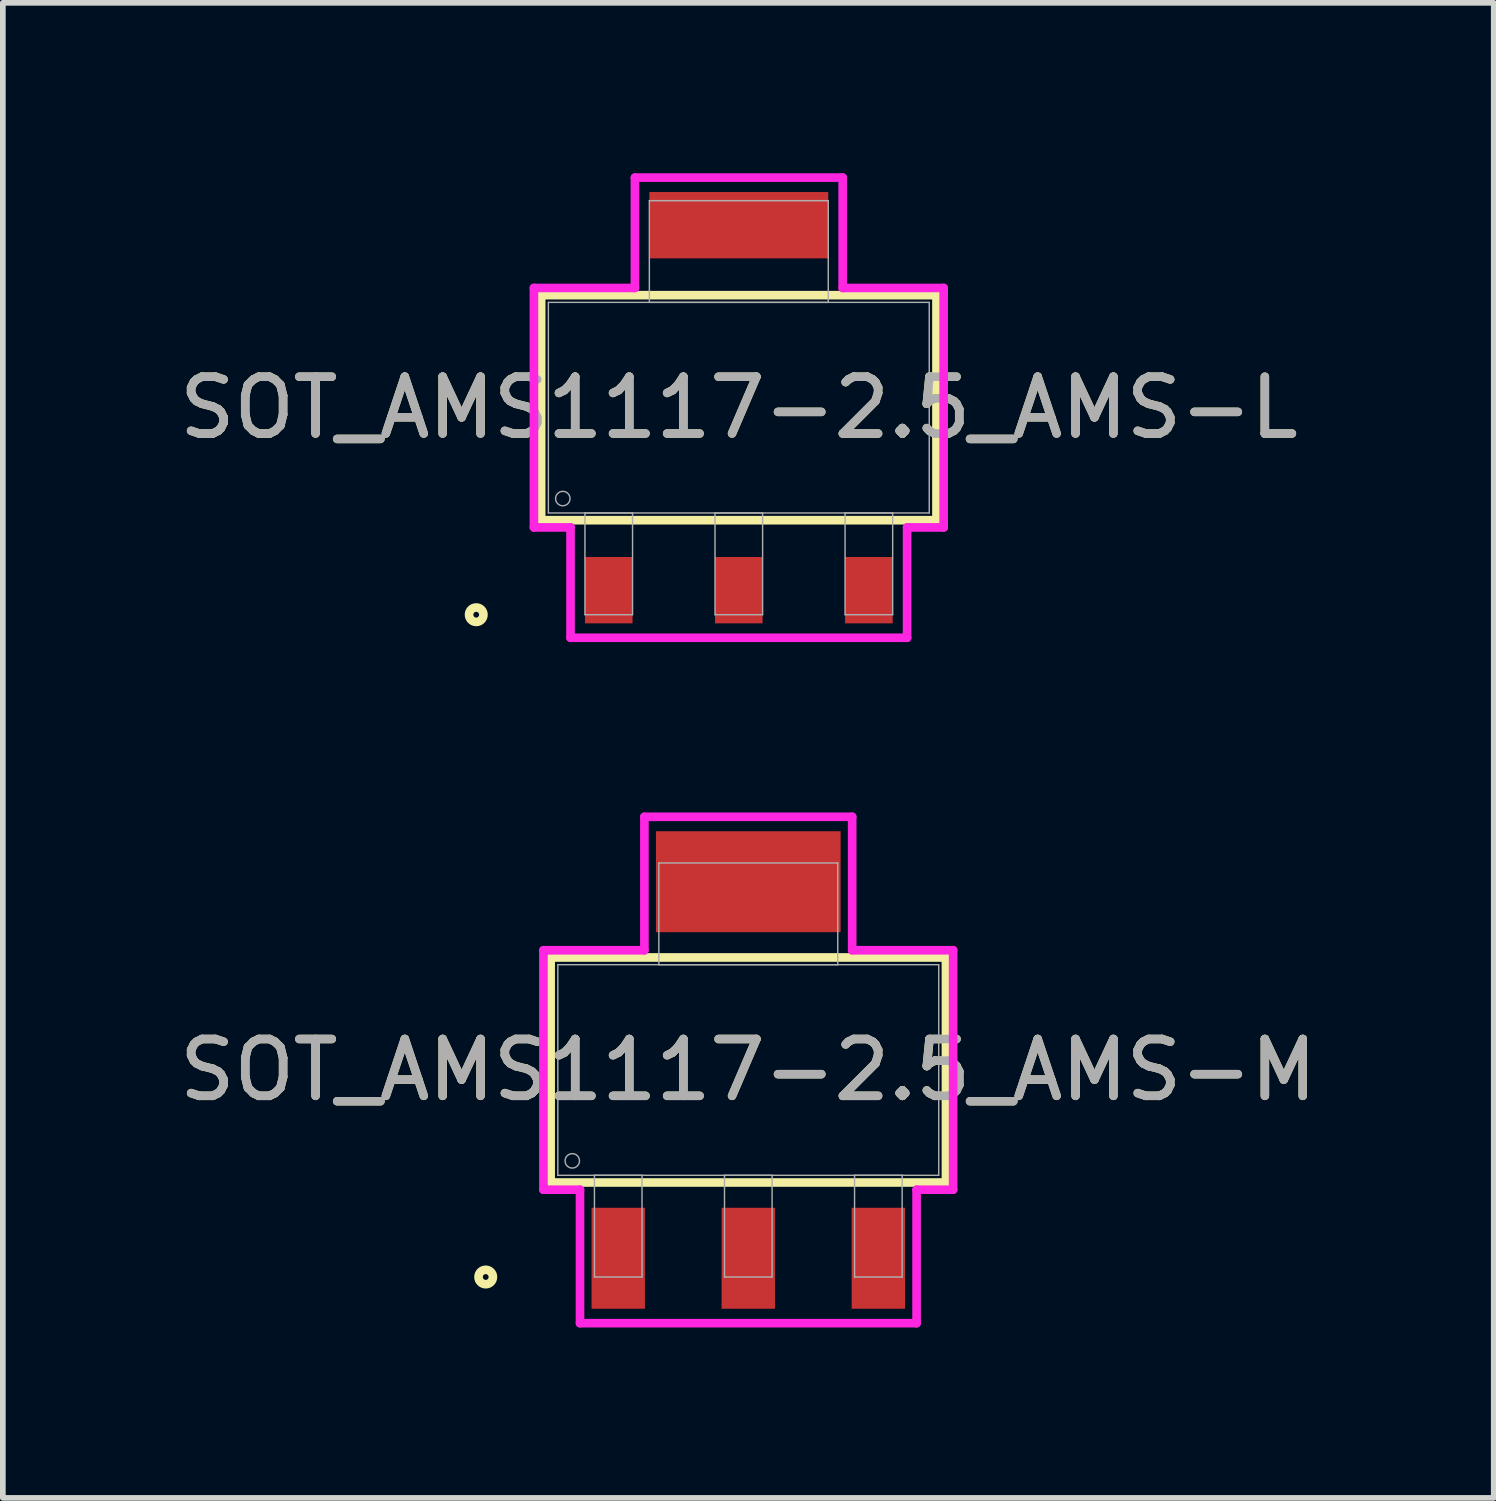
<source format=kicad_pcb>
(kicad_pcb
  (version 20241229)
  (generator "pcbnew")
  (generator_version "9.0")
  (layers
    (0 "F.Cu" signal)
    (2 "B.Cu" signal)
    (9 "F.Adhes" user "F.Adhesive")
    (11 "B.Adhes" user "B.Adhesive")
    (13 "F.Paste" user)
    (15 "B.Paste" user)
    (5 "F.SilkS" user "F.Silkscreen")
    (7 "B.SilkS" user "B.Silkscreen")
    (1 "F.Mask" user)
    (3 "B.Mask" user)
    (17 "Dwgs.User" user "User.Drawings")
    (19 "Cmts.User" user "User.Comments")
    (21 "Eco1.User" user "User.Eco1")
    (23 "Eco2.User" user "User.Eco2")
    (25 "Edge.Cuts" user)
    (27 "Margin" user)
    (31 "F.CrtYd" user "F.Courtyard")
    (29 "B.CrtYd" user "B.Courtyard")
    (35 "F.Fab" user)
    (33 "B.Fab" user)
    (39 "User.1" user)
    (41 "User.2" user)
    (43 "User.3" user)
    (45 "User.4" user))
  (footprint "SOT_AMS1117-2.5_AMS-L"
    (layer "F.Cu")
    (at 9.958 4.128)
    (property "Reference" "SOT_AMS1117-2.5_AMS-L" (at 0 0 0) (unlocked yes) (layer "F.SilkS") (effects (font (size 1 1) (thickness 0.15))))
    (attr smd)
    (fp_line (start -3.48 -1.981) (end -3.48 1.981) (stroke (width 0.152) (type solid)) (layer "F.SilkS"))
    (fp_line (start -3.48 1.981) (end 3.48 1.981) (stroke (width 0.152) (type solid)) (layer "F.SilkS"))
    (fp_line (start 3.48 -1.981) (end -3.48 -1.981) (stroke (width 0.152) (type solid)) (layer "F.SilkS"))
    (fp_line (start 3.48 1.981) (end 3.48 -1.981) (stroke (width 0.152) (type solid)) (layer "F.SilkS"))
    (fp_circle (center -4.623 3.645) (end -4.496 3.645) (stroke (width 0.152) (type solid)) (fill no) (layer "F.SilkS"))
    (fp_line (start -3.607 -2.108) (end -1.829 -2.108) (stroke (width 0.152) (type solid)) (layer "F.CrtYd"))
    (fp_line (start -3.607 2.108) (end -3.607 -2.108) (stroke (width 0.152) (type solid)) (layer "F.CrtYd"))
    (fp_line (start -2.963 2.108) (end -3.607 2.108) (stroke (width 0.152) (type solid)) (layer "F.CrtYd"))
    (fp_line (start -2.963 4.051) (end -2.963 2.108) (stroke (width 0.152) (type solid)) (layer "F.CrtYd"))
    (fp_line (start -1.829 -4.051) (end 1.829 -4.051) (stroke (width 0.152) (type solid)) (layer "F.CrtYd"))
    (fp_line (start -1.829 -2.108) (end -1.829 -4.051) (stroke (width 0.152) (type solid)) (layer "F.CrtYd"))
    (fp_line (start 1.829 -4.051) (end 1.829 -2.108) (stroke (width 0.152) (type solid)) (layer "F.CrtYd"))
    (fp_line (start 1.829 -2.108) (end 3.607 -2.108) (stroke (width 0.152) (type solid)) (layer "F.CrtYd"))
    (fp_line (start 2.963 2.108) (end 2.963 4.051) (stroke (width 0.152) (type solid)) (layer "F.CrtYd"))
    (fp_line (start 2.963 4.051) (end -2.963 4.051) (stroke (width 0.152) (type solid)) (layer "F.CrtYd"))
    (fp_line (start 3.607 -2.108) (end 3.607 2.108) (stroke (width 0.152) (type solid)) (layer "F.CrtYd"))
    (fp_line (start 3.607 2.108) (end 2.963 2.108) (stroke (width 0.152) (type solid)) (layer "F.CrtYd"))
    (fp_line (start -3.353 -1.854) (end -3.353 1.854) (stroke (width 0.025) (type solid)) (layer "F.Fab"))
    (fp_line (start -3.353 1.854) (end 3.353 1.854) (stroke (width 0.025) (type solid)) (layer "F.Fab"))
    (fp_line (start -2.709 1.854) (end -2.709 3.645) (stroke (width 0.025) (type solid)) (layer "F.Fab"))
    (fp_line (start -2.709 3.645) (end -1.871 3.645) (stroke (width 0.025) (type solid)) (layer "F.Fab"))
    (fp_line (start -1.871 1.854) (end -2.709 1.854) (stroke (width 0.025) (type solid)) (layer "F.Fab"))
    (fp_line (start -1.871 3.645) (end -1.871 1.854) (stroke (width 0.025) (type solid)) (layer "F.Fab"))
    (fp_line (start -1.575 -3.645) (end -1.575 -1.854) (stroke (width 0.025) (type solid)) (layer "F.Fab"))
    (fp_line (start -1.575 -1.854) (end 1.575 -1.854) (stroke (width 0.025) (type solid)) (layer "F.Fab"))
    (fp_line (start -0.419 1.854) (end -0.419 3.645) (stroke (width 0.025) (type solid)) (layer "F.Fab"))
    (fp_line (start -0.419 3.645) (end 0.419 3.645) (stroke (width 0.025) (type solid)) (layer "F.Fab"))
    (fp_line (start 0.419 1.854) (end -0.419 1.854) (stroke (width 0.025) (type solid)) (layer "F.Fab"))
    (fp_line (start 0.419 3.645) (end 0.419 1.854) (stroke (width 0.025) (type solid)) (layer "F.Fab"))
    (fp_line (start 1.575 -3.645) (end -1.575 -3.645) (stroke (width 0.025) (type solid)) (layer "F.Fab"))
    (fp_line (start 1.575 -1.854) (end 1.575 -3.645) (stroke (width 0.025) (type solid)) (layer "F.Fab"))
    (fp_line (start 1.871 1.854) (end 1.871 3.645) (stroke (width 0.025) (type solid)) (layer "F.Fab"))
    (fp_line (start 1.871 3.645) (end 2.709 3.645) (stroke (width 0.025) (type solid)) (layer "F.Fab"))
    (fp_line (start 2.709 1.854) (end 1.871 1.854) (stroke (width 0.025) (type solid)) (layer "F.Fab"))
    (fp_line (start 2.709 3.645) (end 2.709 1.854) (stroke (width 0.025) (type solid)) (layer "F.Fab"))
    (fp_line (start 3.353 -1.854) (end -3.353 -1.854) (stroke (width 0.025) (type solid)) (layer "F.Fab"))
    (fp_line (start 3.353 1.854) (end 3.353 -1.854) (stroke (width 0.025) (type solid)) (layer "F.Fab"))
    (fp_circle (center -3.099 1.6) (end -2.972 1.6) (stroke (width 0.025) (type solid)) (fill no) (layer "F.Fab"))
    (fp_text user "${REFERENCE}" (at 0 0 0) (unlocked yes) (layer "F.Fab") (effects (font (size 1 1) (thickness 0.15))))
    (pad "1" smd rect (at -2.29 3.213) (size 0.838 1.168) (layers "F.Cu" "F.Mask" "F.Paste"))
    (pad "2" smd rect (at 0 3.213) (size 0.838 1.168) (layers "F.Cu" "F.Mask" "F.Paste"))
    (pad "3" smd rect (at 2.29 3.213) (size 0.838 1.168) (layers "F.Cu" "F.Mask" "F.Paste"))
    (pad "4" smd rect (at 0 -3.213) (size 3.15 1.168) (layers "F.Cu" "F.Mask" "F.Paste")))
  (footprint "SOT_AMS1117-2.5_AMS-M"
    (layer "F.Cu")
    (at 10.125 15.789)
    (property "Reference" "SOT_AMS1117-2.5_AMS-M" (at 0 0 0) (unlocked yes) (layer "F.SilkS") (effects (font (size 1 1) (thickness 0.15))))
    (attr smd)
    (fp_line (start -3.48 -1.981) (end -3.48 1.981) (stroke (width 0.152) (type solid)) (layer "F.SilkS"))
    (fp_line (start -3.48 1.981) (end 3.48 1.981) (stroke (width 0.152) (type solid)) (layer "F.SilkS"))
    (fp_line (start 3.48 -1.981) (end -3.48 -1.981) (stroke (width 0.152) (type solid)) (layer "F.SilkS"))
    (fp_line (start 3.48 1.981) (end 3.48 -1.981) (stroke (width 0.152) (type solid)) (layer "F.SilkS"))
    (fp_circle (center -4.623 3.645) (end -4.496 3.645) (stroke (width 0.152) (type solid)) (fill no) (layer "F.SilkS"))
    (fp_line (start -3.607 -2.108) (end -1.829 -2.108) (stroke (width 0.152) (type solid)) (layer "F.CrtYd"))
    (fp_line (start -3.607 2.108) (end -3.607 -2.108) (stroke (width 0.152) (type solid)) (layer "F.CrtYd"))
    (fp_line (start -2.963 2.108) (end -3.607 2.108) (stroke (width 0.152) (type solid)) (layer "F.CrtYd"))
    (fp_line (start -2.963 4.458) (end -2.963 2.108) (stroke (width 0.152) (type solid)) (layer "F.CrtYd"))
    (fp_line (start -1.829 -4.458) (end 1.829 -4.458) (stroke (width 0.152) (type solid)) (layer "F.CrtYd"))
    (fp_line (start -1.829 -2.108) (end -1.829 -4.458) (stroke (width 0.152) (type solid)) (layer "F.CrtYd"))
    (fp_line (start 1.829 -4.458) (end 1.829 -2.108) (stroke (width 0.152) (type solid)) (layer "F.CrtYd"))
    (fp_line (start 1.829 -2.108) (end 3.607 -2.108) (stroke (width 0.152) (type solid)) (layer "F.CrtYd"))
    (fp_line (start 2.963 2.108) (end 2.963 4.458) (stroke (width 0.152) (type solid)) (layer "F.CrtYd"))
    (fp_line (start 2.963 4.458) (end -2.963 4.458) (stroke (width 0.152) (type solid)) (layer "F.CrtYd"))
    (fp_line (start 3.607 -2.108) (end 3.607 2.108) (stroke (width 0.152) (type solid)) (layer "F.CrtYd"))
    (fp_line (start 3.607 2.108) (end 2.963 2.108) (stroke (width 0.152) (type solid)) (layer "F.CrtYd"))
    (fp_line (start -3.353 -1.854) (end -3.353 1.854) (stroke (width 0.025) (type solid)) (layer "F.Fab"))
    (fp_line (start -3.353 1.854) (end 3.353 1.854) (stroke (width 0.025) (type solid)) (layer "F.Fab"))
    (fp_line (start -2.709 1.854) (end -2.709 3.645) (stroke (width 0.025) (type solid)) (layer "F.Fab"))
    (fp_line (start -2.709 3.645) (end -1.871 3.645) (stroke (width 0.025) (type solid)) (layer "F.Fab"))
    (fp_line (start -1.871 1.854) (end -2.709 1.854) (stroke (width 0.025) (type solid)) (layer "F.Fab"))
    (fp_line (start -1.871 3.645) (end -1.871 1.854) (stroke (width 0.025) (type solid)) (layer "F.Fab"))
    (fp_line (start -1.575 -3.645) (end -1.575 -1.854) (stroke (width 0.025) (type solid)) (layer "F.Fab"))
    (fp_line (start -1.575 -1.854) (end 1.575 -1.854) (stroke (width 0.025) (type solid)) (layer "F.Fab"))
    (fp_line (start -0.419 1.854) (end -0.419 3.645) (stroke (width 0.025) (type solid)) (layer "F.Fab"))
    (fp_line (start -0.419 3.645) (end 0.419 3.645) (stroke (width 0.025) (type solid)) (layer "F.Fab"))
    (fp_line (start 0.419 1.854) (end -0.419 1.854) (stroke (width 0.025) (type solid)) (layer "F.Fab"))
    (fp_line (start 0.419 3.645) (end 0.419 1.854) (stroke (width 0.025) (type solid)) (layer "F.Fab"))
    (fp_line (start 1.575 -3.645) (end -1.575 -3.645) (stroke (width 0.025) (type solid)) (layer "F.Fab"))
    (fp_line (start 1.575 -1.854) (end 1.575 -3.645) (stroke (width 0.025) (type solid)) (layer "F.Fab"))
    (fp_line (start 1.871 1.854) (end 1.871 3.645) (stroke (width 0.025) (type solid)) (layer "F.Fab"))
    (fp_line (start 1.871 3.645) (end 2.709 3.645) (stroke (width 0.025) (type solid)) (layer "F.Fab"))
    (fp_line (start 2.709 1.854) (end 1.871 1.854) (stroke (width 0.025) (type solid)) (layer "F.Fab"))
    (fp_line (start 2.709 3.645) (end 2.709 1.854) (stroke (width 0.025) (type solid)) (layer "F.Fab"))
    (fp_line (start 3.353 -1.854) (end -3.353 -1.854) (stroke (width 0.025) (type solid)) (layer "F.Fab"))
    (fp_line (start 3.353 1.854) (end 3.353 -1.854) (stroke (width 0.025) (type solid)) (layer "F.Fab"))
    (fp_circle (center -3.099 1.6) (end -2.972 1.6) (stroke (width 0.025) (type solid)) (fill no) (layer "F.Fab"))
    (fp_text user "${REFERENCE}" (at 0 0 0) (unlocked yes) (layer "F.Fab") (effects (font (size 1 1) (thickness 0.15))))
    (pad "1" smd rect (at -2.29 3.315) (size 0.94 1.778) (layers "F.Cu" "F.Mask" "F.Paste"))
    (pad "2" smd rect (at 0 3.315) (size 0.94 1.778) (layers "F.Cu" "F.Mask" "F.Paste"))
    (pad "3" smd rect (at 2.29 3.315) (size 0.94 1.778) (layers "F.Cu" "F.Mask" "F.Paste"))
    (pad "4" smd rect (at 0 -3.315) (size 3.251 1.778) (layers "F.Cu" "F.Mask" "F.Paste")))
  (gr_rect
    (start -3 -3)
    (end 23.25 23.323)
    (stroke (width 0.1) (type default))
    (fill no)
    (layer "Edge.Cuts")))
</source>
